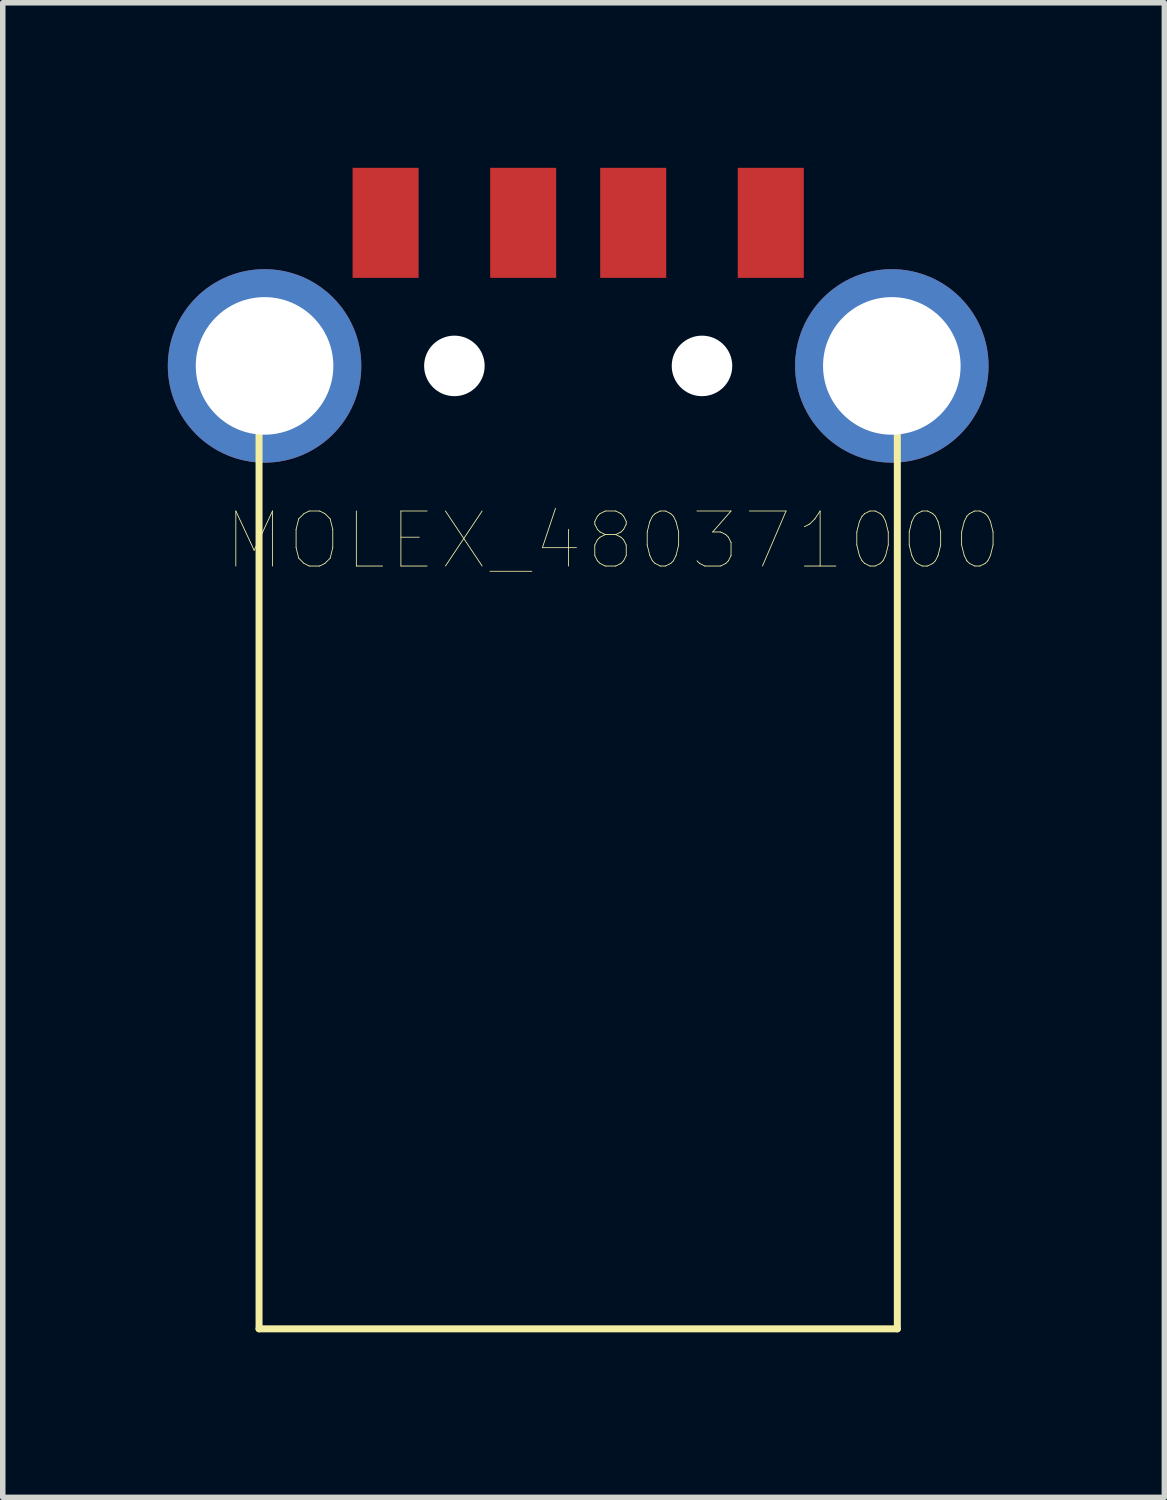
<source format=kicad_pcb>
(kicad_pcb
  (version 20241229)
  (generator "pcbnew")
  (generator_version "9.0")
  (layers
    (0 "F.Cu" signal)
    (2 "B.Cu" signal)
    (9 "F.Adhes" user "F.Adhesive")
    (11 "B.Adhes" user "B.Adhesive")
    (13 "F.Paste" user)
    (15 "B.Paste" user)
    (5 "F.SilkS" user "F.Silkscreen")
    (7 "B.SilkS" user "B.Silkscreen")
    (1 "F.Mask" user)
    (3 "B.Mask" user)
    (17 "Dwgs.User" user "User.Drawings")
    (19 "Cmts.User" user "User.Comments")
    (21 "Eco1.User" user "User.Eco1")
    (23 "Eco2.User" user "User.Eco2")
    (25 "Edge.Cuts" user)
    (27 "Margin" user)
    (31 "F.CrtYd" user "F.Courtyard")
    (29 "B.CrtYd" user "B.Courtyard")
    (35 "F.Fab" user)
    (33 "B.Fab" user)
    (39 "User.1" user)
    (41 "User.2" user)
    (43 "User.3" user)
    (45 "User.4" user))
  (footprint "MOLEX_480371000"
    (layer "F.Cu")
    (at 7.458 3.6)
    (property "Reference" "MOLEX_480371000" (at 0.635 3.175 0) (layer "F.SilkS") (effects (font (size 1 1) (thickness 0.015))))
    (attr through_hole)
    (fp_line (start -5.8 17.5) (end -5.8 0) (stroke (width 0.127) (type solid)) (layer "F.SilkS"))
    (fp_line (start 5.8 0) (end 5.8 17.5) (stroke (width 0.127) (type solid)) (layer "F.SilkS"))
    (fp_line (start 5.8 17.5) (end -5.8 17.5) (stroke (width 0.127) (type solid)) (layer "F.SilkS"))
    (pad "" np_thru_hole circle (at -2.25 0) (size 1.1 1.1) (drill 1.1) (layers "*.Cu" "*.Mask"))
    (pad "" np_thru_hole circle (at 2.25 0) (size 1.1 1.1) (drill 1.1) (layers "*.Cu" "*.Mask"))
    (pad "1" smd rect (at 3.5 -2.6) (size 1.2 2) (layers "F.Cu" "F.Mask" "F.Paste"))
    (pad "2" smd rect (at 1 -2.6) (size 1.2 2) (layers "F.Cu" "F.Mask" "F.Paste"))
    (pad "3" smd rect (at -1 -2.6) (size 1.2 2) (layers "F.Cu" "F.Mask" "F.Paste"))
    (pad "4" smd rect (at -3.5 -2.6) (size 1.2 2) (layers "F.Cu" "F.Mask" "F.Paste"))
    (pad "M1" thru_hole circle (at -5.7 0) (size 3.516 3.516) (drill 2.5) (layers "*.Cu" "*.Mask"))
    (pad "M2" thru_hole circle (at 5.7 0) (size 3.516 3.516) (drill 2.5) (layers "*.Cu" "*.Mask")))
  (gr_rect
    (start -3 -3)
    (end 18.111 24.163)
    (stroke (width 0.1) (type default))
    (fill no)
    (layer "Edge.Cuts")))
</source>
